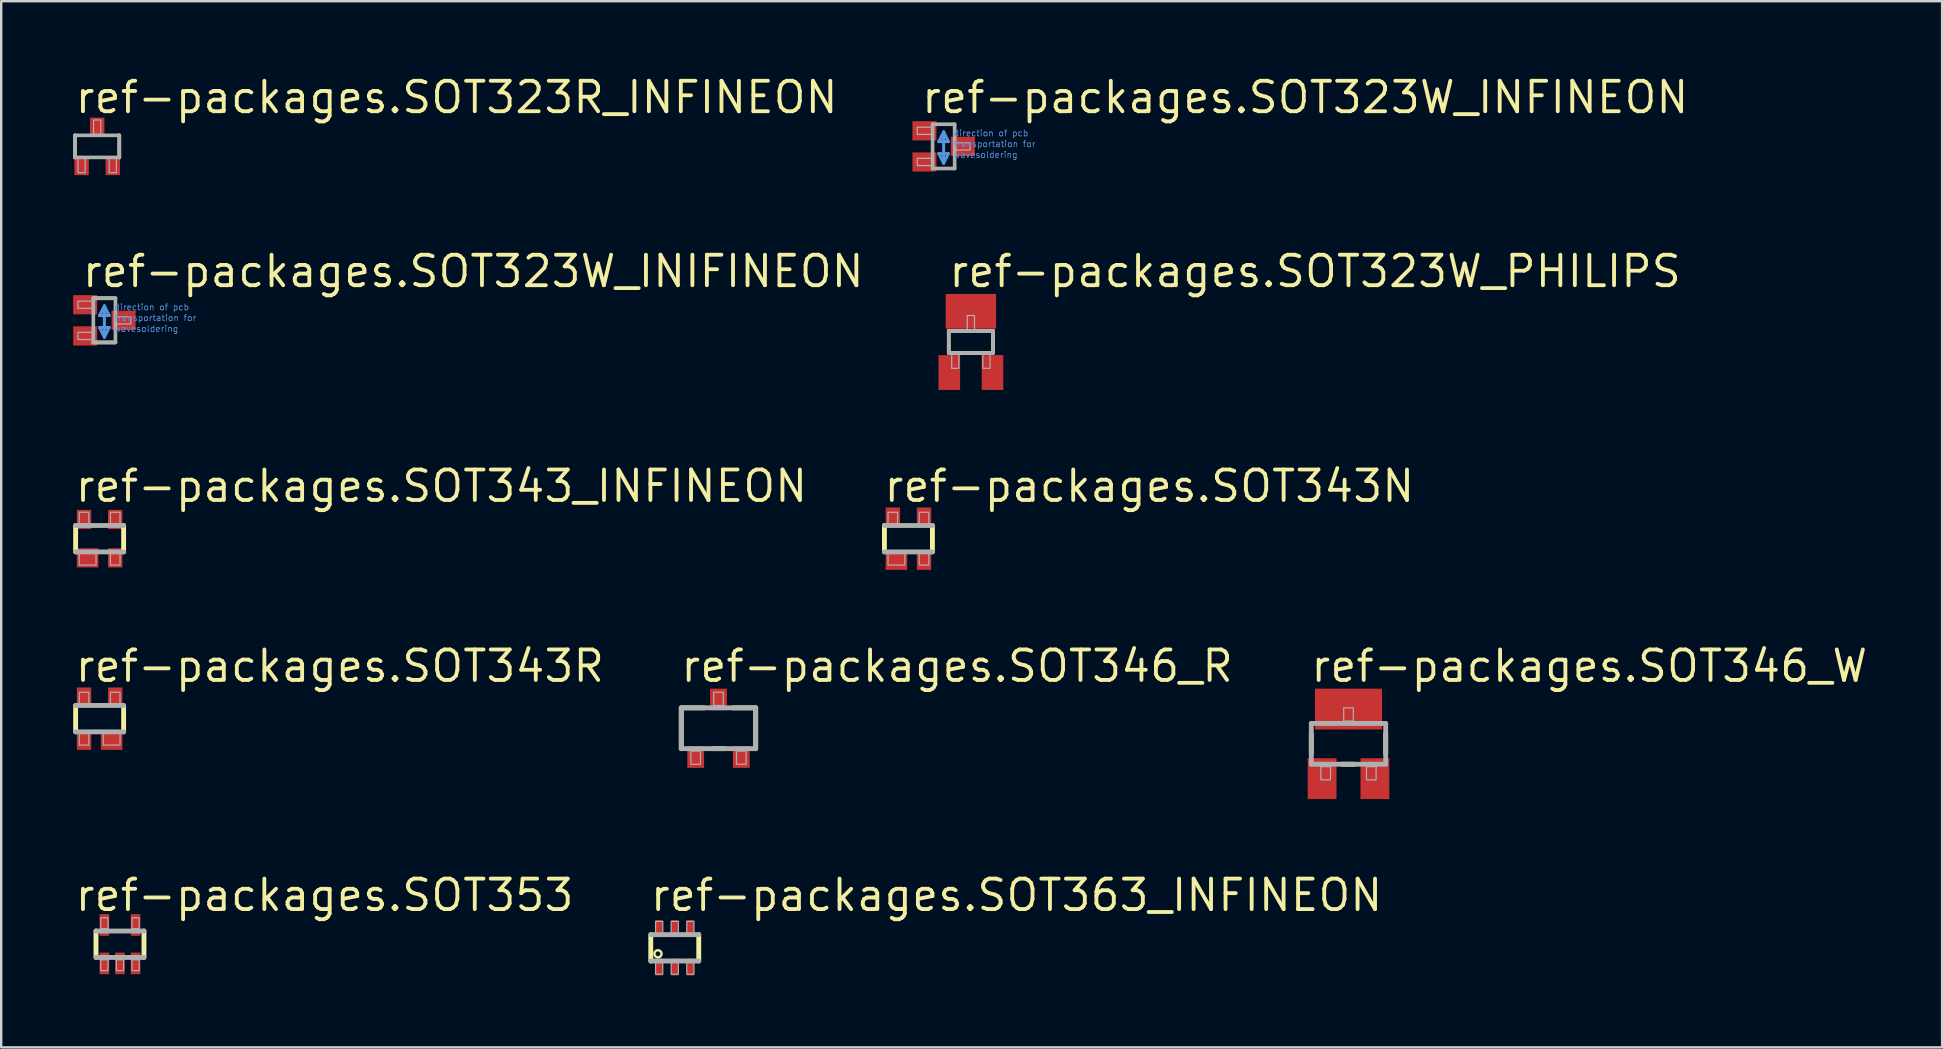
<source format=kicad_pcb>
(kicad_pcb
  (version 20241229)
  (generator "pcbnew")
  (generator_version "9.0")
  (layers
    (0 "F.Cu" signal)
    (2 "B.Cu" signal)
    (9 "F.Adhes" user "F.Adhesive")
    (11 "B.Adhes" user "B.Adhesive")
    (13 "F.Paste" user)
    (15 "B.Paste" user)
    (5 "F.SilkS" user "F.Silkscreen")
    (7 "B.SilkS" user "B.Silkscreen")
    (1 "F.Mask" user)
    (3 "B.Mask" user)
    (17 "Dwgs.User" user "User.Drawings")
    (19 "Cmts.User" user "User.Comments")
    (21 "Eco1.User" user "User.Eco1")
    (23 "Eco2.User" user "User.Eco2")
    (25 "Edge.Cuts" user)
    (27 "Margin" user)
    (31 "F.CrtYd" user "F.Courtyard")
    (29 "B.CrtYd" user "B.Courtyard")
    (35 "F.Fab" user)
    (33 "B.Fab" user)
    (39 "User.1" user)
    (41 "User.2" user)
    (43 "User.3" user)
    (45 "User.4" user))
  (footprint "ref-packages.SOT343_INFINEON"
    (layer "F.Cu")
    (at 1.102 19.4)
    (property "Reference" "ref-packages.SOT343_INFINEON" (at -1.1 -1.45 0) (layer "F.SilkS") (effects (font (size 1.27 1.27) (thickness 0.16)) (justify left bottom)))
    (attr smd)
    (fp_line (start -1 0.55) (end -1 -0.55) (stroke (width 0.203) (type default)) (layer "F.SilkS"))
    (fp_line (start 1 -0.55) (end 1 0.55) (stroke (width 0.203) (type default)) (layer "F.SilkS"))
    (fp_line (start -1 -0.55) (end 1 -0.55) (stroke (width 0.203) (type default)) (layer "F.Fab"))
    (fp_line (start 1 0.55) (end -1 0.55) (stroke (width 0.203) (type default)) (layer "F.Fab"))
    (fp_rect (start -0.85 -0.6) (end -0.45 -1.1) (stroke (width 0.05) (type default)) (fill no) (layer "F.Fab"))
    (fp_rect (start -0.85 1.1) (end -0.15 0.6) (stroke (width 0.05) (type default)) (fill no) (layer "F.Fab"))
    (fp_rect (start 0.45 -0.6) (end 0.85 -1.1) (stroke (width 0.05) (type default)) (fill no) (layer "F.Fab"))
    (fp_rect (start 0.45 1.1) (end 0.85 0.6) (stroke (width 0.05) (type default)) (fill no) (layer "F.Fab"))
    (pad "1" smd roundrect (at -0.5 0.8) (size 0.9 0.8) (layers "F.Cu" "F.Mask" "F.Paste") (roundrect_rratio 0.01))
    (pad "2" smd roundrect (at 0.65 0.8) (size 0.6 0.8) (layers "F.Cu" "F.Mask" "F.Paste") (roundrect_rratio 0.01))
    (pad "3" smd roundrect (at 0.65 -0.8) (size 0.6 0.8) (layers "F.Cu" "F.Mask" "F.Paste") (roundrect_rratio 0.01))
    (pad "4" smd roundrect (at -0.65 -0.8) (size 0.6 0.8) (layers "F.Cu" "F.Mask" "F.Paste") (roundrect_rratio 0.01)))
  (footprint "ref-packages.SOT323W_INIFINEON"
    (layer "F.Cu")
    (at 1.3 10.3)
    (property "Reference" "ref-packages.SOT323W_INIFINEON" (at -1 -1.3 0) (layer "F.SilkS") (effects (font (size 1.27 1.27) (thickness 0.16)) (justify left bottom)))
    (attr smd)
    (fp_line (start -0.46 -0.922) (end 0.46 -0.922) (stroke (width 0.152) (type default)) (layer "F.SilkS"))
    (fp_line (start 0.46 0.922) (end -0.46 0.922) (stroke (width 0.152) (type default)) (layer "F.SilkS"))
    (fp_line (start -0.2 -0.2) (end 0.2 -0.2) (stroke (width 0.127) (type default)) (layer "Cmts.User"))
    (fp_line (start -0.2 0.3) (end 0 0.7) (stroke (width 0.127) (type default)) (layer "Cmts.User"))
    (fp_line (start 0 -0.6) (end -0.2 -0.2) (stroke (width 0.127) (type default)) (layer "Cmts.User"))
    (fp_line (start 0 0.7) (end 0 -0.6) (stroke (width 0.127) (type default)) (layer "Cmts.User"))
    (fp_line (start 0 0.7) (end 0.2 0.3) (stroke (width 0.127) (type default)) (layer "Cmts.User"))
    (fp_line (start 0.2 -0.2) (end 0 -0.6) (stroke (width 0.127) (type default)) (layer "Cmts.User"))
    (fp_line (start 0.2 0.3) (end -0.2 0.3) (stroke (width 0.127) (type default)) (layer "Cmts.User"))
    (fp_line (start -0.46 -0.922) (end 0.46 -0.922) (stroke (width 0.152) (type default)) (layer "F.Fab"))
    (fp_line (start -0.46 0.922) (end -0.46 -0.922) (stroke (width 0.152) (type default)) (layer "F.Fab"))
    (fp_line (start 0.46 -0.922) (end 0.46 0.922) (stroke (width 0.152) (type default)) (layer "F.Fab"))
    (fp_line (start 0.46 0.922) (end -0.46 0.922) (stroke (width 0.152) (type default)) (layer "F.Fab"))
    (fp_rect (start -1.1 -0.5) (end -0.5 -0.8) (stroke (width 0.05) (type default)) (fill no) (layer "F.Fab"))
    (fp_rect (start -1.1 0.8) (end -0.5 0.5) (stroke (width 0.05) (type default)) (fill no) (layer "F.Fab"))
    (fp_rect (start 0.5 0.15) (end 1.1 -0.15) (stroke (width 0.05) (type default)) (fill no) (layer "F.Fab"))
    (fp_text user "transportation for" (at 0.4 0.05 0) (layer "Cmts.User") (effects (font (size 0.254 0.254) (thickness 0.03)) (justify left bottom)))
    (fp_text user "wavesoldering" (at 0.4 0.5 0) (layer "Cmts.User") (effects (font (size 0.254 0.254) (thickness 0.03)) (justify left bottom)))
    (fp_text user "direction of pcb" (at 0.4 -0.4 0) (layer "Cmts.User") (effects (font (size 0.254 0.254) (thickness 0.03)) (justify left bottom)))
    (pad "1" smd roundrect (at -0.8 -0.65) (size 1 0.8) (layers "F.Cu" "F.Mask" "F.Paste") (roundrect_rratio 0.01))
    (pad "2" smd roundrect (at 0.8 0) (size 1 0.8) (layers "F.Cu" "F.Mask" "F.Paste") (roundrect_rratio 0.01))
    (pad "3" smd roundrect (at -0.8 0.65) (size 1 0.8) (layers "F.Cu" "F.Mask" "F.Paste") (roundrect_rratio 0.01)))
  (footprint "ref-packages.SOT343R"
    (layer "F.Cu")
    (at 1.102 26.9)
    (property "Reference" "ref-packages.SOT343R" (at -1.1 -1.45 0) (layer "F.SilkS") (effects (font (size 1.27 1.27) (thickness 0.16)) (justify left bottom)))
    (attr smd)
    (fp_line (start -1 0.55) (end -1 -0.55) (stroke (width 0.203) (type default)) (layer "F.SilkS"))
    (fp_line (start 1 -0.55) (end 1 0.55) (stroke (width 0.203) (type default)) (layer "F.SilkS"))
    (fp_line (start -1 -0.55) (end 1 -0.55) (stroke (width 0.203) (type default)) (layer "F.Fab"))
    (fp_line (start 1 0.55) (end -1 0.55) (stroke (width 0.203) (type default)) (layer "F.Fab"))
    (fp_rect (start -0.85 -0.6) (end -0.45 -1.1) (stroke (width 0.05) (type default)) (fill no) (layer "F.Fab"))
    (fp_rect (start -0.85 1.1) (end -0.45 0.6) (stroke (width 0.05) (type default)) (fill no) (layer "F.Fab"))
    (fp_rect (start 0.15 1.1) (end 0.85 0.6) (stroke (width 0.05) (type default)) (fill no) (layer "F.Fab"))
    (fp_rect (start 0.45 -0.6) (end 0.85 -1.1) (stroke (width 0.05) (type default)) (fill no) (layer "F.Fab"))
    (pad "1" smd roundrect (at 0.5 0.9) (size 0.9 0.8) (layers "F.Cu" "F.Mask" "F.Paste") (roundrect_rratio 0.01))
    (pad "2" smd roundrect (at -0.65 0.9) (size 0.6 0.8) (layers "F.Cu" "F.Mask" "F.Paste") (roundrect_rratio 0.01))
    (pad "3" smd roundrect (at -0.65 -0.9) (size 0.6 0.8) (layers "F.Cu" "F.Mask" "F.Paste") (roundrect_rratio 0.01))
    (pad "4" smd roundrect (at 0.65 -0.9) (size 0.6 0.8) (layers "F.Cu" "F.Mask" "F.Paste") (roundrect_rratio 0.01)))
  (footprint "ref-packages.SOT343N"
    (layer "F.Cu")
    (at 34.809 19.4)
    (property "Reference" "ref-packages.SOT343N" (at -1.1 -1.45 0) (layer "F.SilkS") (effects (font (size 1.27 1.27) (thickness 0.16)) (justify left bottom)))
    (attr smd)
    (fp_line (start -1 0.55) (end -1 -0.55) (stroke (width 0.203) (type default)) (layer "F.SilkS"))
    (fp_line (start 1 -0.55) (end 1 0.55) (stroke (width 0.203) (type default)) (layer "F.SilkS"))
    (fp_line (start -1 -0.55) (end 1 -0.55) (stroke (width 0.203) (type default)) (layer "F.Fab"))
    (fp_line (start 1 0.55) (end -1 0.55) (stroke (width 0.203) (type default)) (layer "F.Fab"))
    (fp_rect (start -0.85 -0.6) (end -0.45 -1.1) (stroke (width 0.05) (type default)) (fill no) (layer "F.Fab"))
    (fp_rect (start -0.85 1.1) (end -0.15 0.6) (stroke (width 0.05) (type default)) (fill no) (layer "F.Fab"))
    (fp_rect (start 0.45 -0.6) (end 0.85 -1.1) (stroke (width 0.05) (type default)) (fill no) (layer "F.Fab"))
    (fp_rect (start 0.45 1.1) (end 0.85 0.6) (stroke (width 0.05) (type default)) (fill no) (layer "F.Fab"))
    (pad "1" smd roundrect (at -0.5 0.9) (size 0.9 0.8) (layers "F.Cu" "F.Mask" "F.Paste") (roundrect_rratio 0.01))
    (pad "2" smd roundrect (at 0.65 0.9) (size 0.6 0.8) (layers "F.Cu" "F.Mask" "F.Paste") (roundrect_rratio 0.01))
    (pad "3" smd roundrect (at 0.65 -0.9) (size 0.6 0.8) (layers "F.Cu" "F.Mask" "F.Paste") (roundrect_rratio 0.01))
    (pad "4" smd roundrect (at -0.65 -0.9) (size 0.6 0.8) (layers "F.Cu" "F.Mask" "F.Paste") (roundrect_rratio 0.01)))
  (footprint "ref-packages.SOT346_R"
    (layer "F.Cu")
    (at 26.893 27.3)
    (property "Reference" "ref-packages.SOT346_R" (at -1.65 -1.85 0) (layer "F.SilkS") (effects (font (size 1.27 1.27) (thickness 0.16)) (justify left bottom)))
    (attr smd)
    (fp_line (start -1.55 -0.85) (end -0.6 -0.85) (stroke (width 0.203) (type default)) (layer "F.SilkS"))
    (fp_line (start -1.55 0.85) (end -1.55 -0.85) (stroke (width 0.203) (type default)) (layer "F.SilkS"))
    (fp_line (start 0.25 0.85) (end -0.25 0.85) (stroke (width 0.203) (type default)) (layer "F.SilkS"))
    (fp_line (start 0.6 -0.85) (end 1.55 -0.85) (stroke (width 0.203) (type default)) (layer "F.SilkS"))
    (fp_line (start 1.55 -0.85) (end 1.55 0.85) (stroke (width 0.203) (type default)) (layer "F.SilkS"))
    (fp_line (start -1.55 -0.85) (end 1.55 -0.85) (stroke (width 0.203) (type default)) (layer "F.Fab"))
    (fp_line (start -1.55 0.85) (end -1.55 -0.85) (stroke (width 0.203) (type default)) (layer "F.Fab"))
    (fp_line (start 1.55 -0.85) (end 1.55 0.85) (stroke (width 0.203) (type default)) (layer "F.Fab"))
    (fp_line (start 1.55 0.85) (end -1.55 0.85) (stroke (width 0.203) (type default)) (layer "F.Fab"))
    (fp_rect (start -1.15 1.5) (end -0.75 0.95) (stroke (width 0.05) (type default)) (fill no) (layer "F.Fab"))
    (fp_rect (start -0.2 -0.95) (end 0.2 -1.5) (stroke (width 0.05) (type default)) (fill no) (layer "F.Fab"))
    (fp_rect (start 0.75 1.5) (end 1.15 0.95) (stroke (width 0.05) (type default)) (fill no) (layer "F.Fab"))
    (pad "1" smd roundrect (at -0.95 1.2) (size 0.7 0.9) (layers "F.Cu" "F.Mask" "F.Paste") (roundrect_rratio 0.01))
    (pad "2" smd roundrect (at 0.95 1.2) (size 0.7 0.9) (layers "F.Cu" "F.Mask" "F.Paste") (roundrect_rratio 0.01))
    (pad "3" smd roundrect (at 0 -1.2) (size 0.7 0.9) (layers "F.Cu" "F.Mask" "F.Paste") (roundrect_rratio 0.01)))
  (footprint "ref-packages.SOT323W_PHILIPS"
    (layer "F.Cu")
    (at 37.412 11.2)
    (property "Reference" "ref-packages.SOT323W_PHILIPS" (at -1 -2.2 0) (layer "F.SilkS") (effects (font (size 1.27 1.27) (thickness 0.16)) (justify left bottom)))
    (attr smd)
    (fp_line (start -0.922 -0.46) (end 0.922 -0.46) (stroke (width 0.152) (type default)) (layer "F.SilkS"))
    (fp_line (start -0.922 0.46) (end -0.922 -0.46) (stroke (width 0.152) (type default)) (layer "F.SilkS"))
    (fp_line (start 0.922 -0.46) (end 0.922 0.46) (stroke (width 0.152) (type default)) (layer "F.SilkS"))
    (fp_line (start 0.922 0.46) (end -0.922 0.46) (stroke (width 0.152) (type default)) (layer "F.SilkS"))
    (fp_line (start -0.922 -0.46) (end 0.922 -0.46) (stroke (width 0.152) (type default)) (layer "F.Fab"))
    (fp_line (start -0.922 0.46) (end -0.922 -0.46) (stroke (width 0.152) (type default)) (layer "F.Fab"))
    (fp_line (start 0.922 -0.46) (end 0.922 0.46) (stroke (width 0.152) (type default)) (layer "F.Fab"))
    (fp_line (start 0.922 0.46) (end -0.922 0.46) (stroke (width 0.152) (type default)) (layer "F.Fab"))
    (fp_rect (start -0.8 1.1) (end -0.5 0.5) (stroke (width 0.05) (type default)) (fill no) (layer "F.Fab"))
    (fp_rect (start -0.15 -0.5) (end 0.15 -1.1) (stroke (width 0.05) (type default)) (fill no) (layer "F.Fab"))
    (fp_rect (start 0.5 1.1) (end 0.8 0.5) (stroke (width 0.05) (type default)) (fill no) (layer "F.Fab"))
    (pad "1" smd roundrect (at -0.9 1.275) (size 0.9 1.45) (layers "F.Cu" "F.Mask" "F.Paste") (roundrect_rratio 0.01))
    (pad "2" smd roundrect (at 0.9 1.275) (size 0.9 1.45) (layers "F.Cu" "F.Mask" "F.Paste") (roundrect_rratio 0.01))
    (pad "3" smd roundrect (at 0 -1.275) (size 2.1 1.45) (layers "F.Cu" "F.Mask" "F.Paste") (roundrect_rratio 0.01)))
  (footprint "ref-packages.SOT323W_INFINEON"
    (layer "F.Cu")
    (at 36.276 3.05)
    (property "Reference" "ref-packages.SOT323W_INFINEON" (at -1 -1.3 0) (layer "F.SilkS") (effects (font (size 1.27 1.27) (thickness 0.16)) (justify left bottom)))
    (attr smd)
    (fp_line (start -0.2 -0.2) (end 0.2 -0.2) (stroke (width 0.127) (type default)) (layer "Cmts.User"))
    (fp_line (start -0.2 0.3) (end 0 0.7) (stroke (width 0.127) (type default)) (layer "Cmts.User"))
    (fp_line (start 0 -0.6) (end -0.2 -0.2) (stroke (width 0.127) (type default)) (layer "Cmts.User"))
    (fp_line (start 0 0.7) (end 0 -0.6) (stroke (width 0.127) (type default)) (layer "Cmts.User"))
    (fp_line (start 0 0.7) (end 0.2 0.3) (stroke (width 0.127) (type default)) (layer "Cmts.User"))
    (fp_line (start 0.2 -0.2) (end 0 -0.6) (stroke (width 0.127) (type default)) (layer "Cmts.User"))
    (fp_line (start 0.2 0.3) (end -0.2 0.3) (stroke (width 0.127) (type default)) (layer "Cmts.User"))
    (fp_line (start -0.46 -0.922) (end 0.46 -0.922) (stroke (width 0.152) (type default)) (layer "F.Fab"))
    (fp_line (start -0.46 0.922) (end -0.46 -0.922) (stroke (width 0.152) (type default)) (layer "F.Fab"))
    (fp_line (start 0.46 -0.922) (end 0.46 0.922) (stroke (width 0.152) (type default)) (layer "F.Fab"))
    (fp_line (start 0.46 0.922) (end -0.46 0.922) (stroke (width 0.152) (type default)) (layer "F.Fab"))
    (fp_rect (start -1.1 -0.5) (end -0.5 -0.8) (stroke (width 0.05) (type default)) (fill no) (layer "F.Fab"))
    (fp_rect (start -1.1 0.8) (end -0.5 0.5) (stroke (width 0.05) (type default)) (fill no) (layer "F.Fab"))
    (fp_rect (start 0.5 0.15) (end 1.1 -0.15) (stroke (width 0.05) (type default)) (fill no) (layer "F.Fab"))
    (fp_text user "transportation for" (at 0.4 0.05 0) (layer "Cmts.User") (effects (font (size 0.254 0.254) (thickness 0.03)) (justify left bottom)))
    (fp_text user "direction of pcb" (at 0.4 -0.4 0) (layer "Cmts.User") (effects (font (size 0.254 0.254) (thickness 0.03)) (justify left bottom)))
    (fp_text user "wavesoldering" (at 0.4 0.5 0) (layer "Cmts.User") (effects (font (size 0.254 0.254) (thickness 0.03)) (justify left bottom)))
    (pad "1" smd roundrect (at -0.8 -0.65) (size 1 0.8) (layers "F.Cu" "F.Mask" "F.Paste") (roundrect_rratio 0.01))
    (pad "2" smd roundrect (at 0.8 0) (size 1 0.8) (layers "F.Cu" "F.Mask" "F.Paste") (roundrect_rratio 0.01))
    (pad "3" smd roundrect (at -0.8 0.65) (size 1 0.8) (layers "F.Cu" "F.Mask" "F.Paste") (roundrect_rratio 0.01)))
  (footprint "ref-packages.SOT363_INFINEON"
    (layer "F.Cu")
    (at 25.071 36.45)
    (property "Reference" "ref-packages.SOT363_INFINEON" (at -1.1 -1.45 0) (layer "F.SilkS") (effects (font (size 1.27 1.27) (thickness 0.16)) (justify left bottom)))
    (attr smd)
    (fp_line (start -1 0.55) (end -1 -0.55) (stroke (width 0.203) (type default)) (layer "F.SilkS"))
    (fp_line (start 1 -0.55) (end 1 0.55) (stroke (width 0.203) (type default)) (layer "F.SilkS"))
    (fp_circle (center -0.7 0.25) (end -0.55 0.25) (stroke (width 0.1) (type default)) (fill no) (layer "F.SilkS"))
    (fp_line (start -1 -0.55) (end 1 -0.55) (stroke (width 0.203) (type default)) (layer "F.Fab"))
    (fp_line (start 1 0.55) (end -1 0.55) (stroke (width 0.203) (type default)) (layer "F.Fab"))
    (fp_rect (start -0.8 -0.6) (end -0.5 -1.1) (stroke (width 0.05) (type default)) (fill no) (layer "F.Fab"))
    (fp_rect (start -0.8 1.1) (end -0.5 0.6) (stroke (width 0.05) (type default)) (fill no) (layer "F.Fab"))
    (fp_rect (start -0.15 -0.6) (end 0.15 -1.1) (stroke (width 0.05) (type default)) (fill no) (layer "F.Fab"))
    (fp_rect (start -0.15 1.1) (end 0.15 0.6) (stroke (width 0.05) (type default)) (fill no) (layer "F.Fab"))
    (fp_rect (start 0.5 -0.6) (end 0.8 -1.1) (stroke (width 0.05) (type default)) (fill no) (layer "F.Fab"))
    (fp_rect (start 0.5 1.1) (end 0.8 0.6) (stroke (width 0.05) (type default)) (fill no) (layer "F.Fab"))
    (pad "1" smd roundrect (at -0.65 0.8) (size 0.3 0.7) (layers "F.Cu" "F.Mask" "F.Paste") (roundrect_rratio 0.01))
    (pad "2" smd roundrect (at 0 0.8) (size 0.3 0.7) (layers "F.Cu" "F.Mask" "F.Paste") (roundrect_rratio 0.01))
    (pad "3" smd roundrect (at 0.65 0.8) (size 0.3 0.7) (layers "F.Cu" "F.Mask" "F.Paste") (roundrect_rratio 0.01))
    (pad "4" smd roundrect (at 0.65 -0.8) (size 0.3 0.7) (layers "F.Cu" "F.Mask" "F.Paste") (roundrect_rratio 0.01))
    (pad "5" smd roundrect (at 0 -0.8) (size 0.3 0.7) (layers "F.Cu" "F.Mask" "F.Paste") (roundrect_rratio 0.01))
    (pad "6" smd roundrect (at -0.65 -0.8) (size 0.3 0.7) (layers "F.Cu" "F.Mask" "F.Paste") (roundrect_rratio 0.01)))
  (footprint "ref-packages.SOT346_W"
    (layer "F.Cu")
    (at 53.149 27.95)
    (property "Reference" "ref-packages.SOT346_W" (at -1.65 -2.5 0) (layer "F.SilkS") (effects (font (size 1.27 1.27) (thickness 0.16)) (justify left bottom)))
    (attr smd)
    (fp_line (start -1.55 0.4) (end -1.55 -0.4) (stroke (width 0.203) (type default)) (layer "F.SilkS"))
    (fp_line (start 0.25 0.85) (end -0.25 0.85) (stroke (width 0.203) (type default)) (layer "F.SilkS"))
    (fp_line (start 1.55 -0.4) (end 1.55 0.4) (stroke (width 0.203) (type default)) (layer "F.SilkS"))
    (fp_line (start -1.55 -0.85) (end 1.55 -0.85) (stroke (width 0.203) (type default)) (layer "F.Fab"))
    (fp_line (start -1.55 0.85) (end -1.55 -0.85) (stroke (width 0.203) (type default)) (layer "F.Fab"))
    (fp_line (start 1.55 -0.85) (end 1.55 0.85) (stroke (width 0.203) (type default)) (layer "F.Fab"))
    (fp_line (start 1.55 0.85) (end -1.55 0.85) (stroke (width 0.203) (type default)) (layer "F.Fab"))
    (fp_rect (start -1.15 1.5) (end -0.75 0.95) (stroke (width 0.05) (type default)) (fill no) (layer "F.Fab"))
    (fp_rect (start -0.2 -0.95) (end 0.2 -1.5) (stroke (width 0.05) (type default)) (fill no) (layer "F.Fab"))
    (fp_rect (start 0.75 1.5) (end 1.15 0.95) (stroke (width 0.05) (type default)) (fill no) (layer "F.Fab"))
    (pad "1" smd roundrect (at -1.1 1.45) (size 1.2 1.7) (layers "F.Cu" "F.Mask" "F.Paste") (roundrect_rratio 0.01))
    (pad "2" smd roundrect (at 1.1 1.45) (size 1.2 1.7) (layers "F.Cu" "F.Mask" "F.Paste") (roundrect_rratio 0.01))
    (pad "3" smd roundrect (at 0 -1.45) (size 2.8 1.7) (layers "F.Cu" "F.Mask" "F.Paste") (roundrect_rratio 0.01)))
  (footprint "ref-packages.SOT323R_INFINEON"
    (layer "F.Cu")
    (at 1 3.05)
    (property "Reference" "ref-packages.SOT323R_INFINEON" (at -1 -1.3 0) (layer "F.SilkS") (effects (font (size 1.27 1.27) (thickness 0.16)) (justify left bottom)))
    (attr smd)
    (fp_line (start -0.922 0.46) (end -0.922 -0.46) (stroke (width 0.152) (type default)) (layer "F.SilkS"))
    (fp_line (start 0.922 -0.46) (end 0.922 0.46) (stroke (width 0.152) (type default)) (layer "F.SilkS"))
    (fp_line (start -0.922 -0.46) (end 0.922 -0.46) (stroke (width 0.152) (type default)) (layer "F.Fab"))
    (fp_line (start -0.922 0.46) (end -0.922 -0.46) (stroke (width 0.152) (type default)) (layer "F.Fab"))
    (fp_line (start 0.922 -0.46) (end 0.922 0.46) (stroke (width 0.152) (type default)) (layer "F.Fab"))
    (fp_line (start 0.922 0.46) (end -0.922 0.46) (stroke (width 0.152) (type default)) (layer "F.Fab"))
    (fp_rect (start -0.8 1.1) (end -0.5 0.5) (stroke (width 0.05) (type default)) (fill no) (layer "F.Fab"))
    (fp_rect (start -0.15 -0.5) (end 0.15 -1.1) (stroke (width 0.05) (type default)) (fill no) (layer "F.Fab"))
    (fp_rect (start 0.5 1.1) (end 0.8 0.5) (stroke (width 0.05) (type default)) (fill no) (layer "F.Fab"))
    (pad "1" smd roundrect (at -0.65 0.8) (size 0.6 0.8) (layers "F.Cu" "F.Mask" "F.Paste") (roundrect_rratio 0.01))
    (pad "2" smd roundrect (at 0 -0.8) (size 0.6 0.8) (layers "F.Cu" "F.Mask" "F.Paste") (roundrect_rratio 0.01))
    (pad "3" smd roundrect (at 0.65 0.8) (size 0.6 0.8) (layers "F.Cu" "F.Mask" "F.Paste") (roundrect_rratio 0.01)))
  (footprint "ref-packages.SOT353"
    (layer "F.Cu")
    (at 1.95 36.3)
    (property "Reference" "ref-packages.SOT353" (at -1.95 -1.3 0) (layer "F.SilkS") (effects (font (size 1.27 1.27) (thickness 0.16)) (justify left bottom)))
    (attr smd)
    (fp_line (start -1 -0.55) (end -1 0.55) (stroke (width 0.203) (type default)) (layer "F.SilkS"))
    (fp_line (start 1 0.55) (end 1 -0.55) (stroke (width 0.203) (type default)) (layer "F.SilkS"))
    (fp_line (start -1 0.55) (end 1 0.55) (stroke (width 0.203) (type default)) (layer "F.Fab"))
    (fp_line (start 1 -0.55) (end -1 -0.55) (stroke (width 0.203) (type default)) (layer "F.Fab"))
    (fp_rect (start -0.8 -0.65) (end -0.5 -1.1) (stroke (width 0.05) (type default)) (fill no) (layer "F.Fab"))
    (fp_rect (start -0.8 1.1) (end -0.5 0.65) (stroke (width 0.05) (type default)) (fill no) (layer "F.Fab"))
    (fp_rect (start -0.15 1.1) (end 0.15 0.65) (stroke (width 0.05) (type default)) (fill no) (layer "F.Fab"))
    (fp_rect (start 0.5 -0.65) (end 0.8 -1.1) (stroke (width 0.05) (type default)) (fill no) (layer "F.Fab"))
    (fp_rect (start 0.5 1.1) (end 0.8 0.65) (stroke (width 0.05) (type default)) (fill no) (layer "F.Fab"))
    (pad "1" smd roundrect (at -0.65 0.8) (size 0.4 0.9) (layers "F.Cu" "F.Mask" "F.Paste") (roundrect_rratio 0.01))
    (pad "2" smd roundrect (at 0 0.8) (size 0.4 0.9) (layers "F.Cu" "F.Mask" "F.Paste") (roundrect_rratio 0.01))
    (pad "3" smd roundrect (at 0.65 0.8) (size 0.4 0.9) (layers "F.Cu" "F.Mask" "F.Paste") (roundrect_rratio 0.01))
    (pad "4" smd roundrect (at 0.65 -0.8) (size 0.4 0.9) (layers "F.Cu" "F.Mask" "F.Paste") (roundrect_rratio 0.01))
    (pad "5" smd roundrect (at -0.65 -0.8) (size 0.4 0.9) (layers "F.Cu" "F.Mask" "F.Paste") (roundrect_rratio 0.01)))
  (gr_rect
    (start -3 -3)
    (end 77.888 40.6)
    (stroke (width 0.1) (type default))
    (fill no)
    (layer "Edge.Cuts")))
</source>
